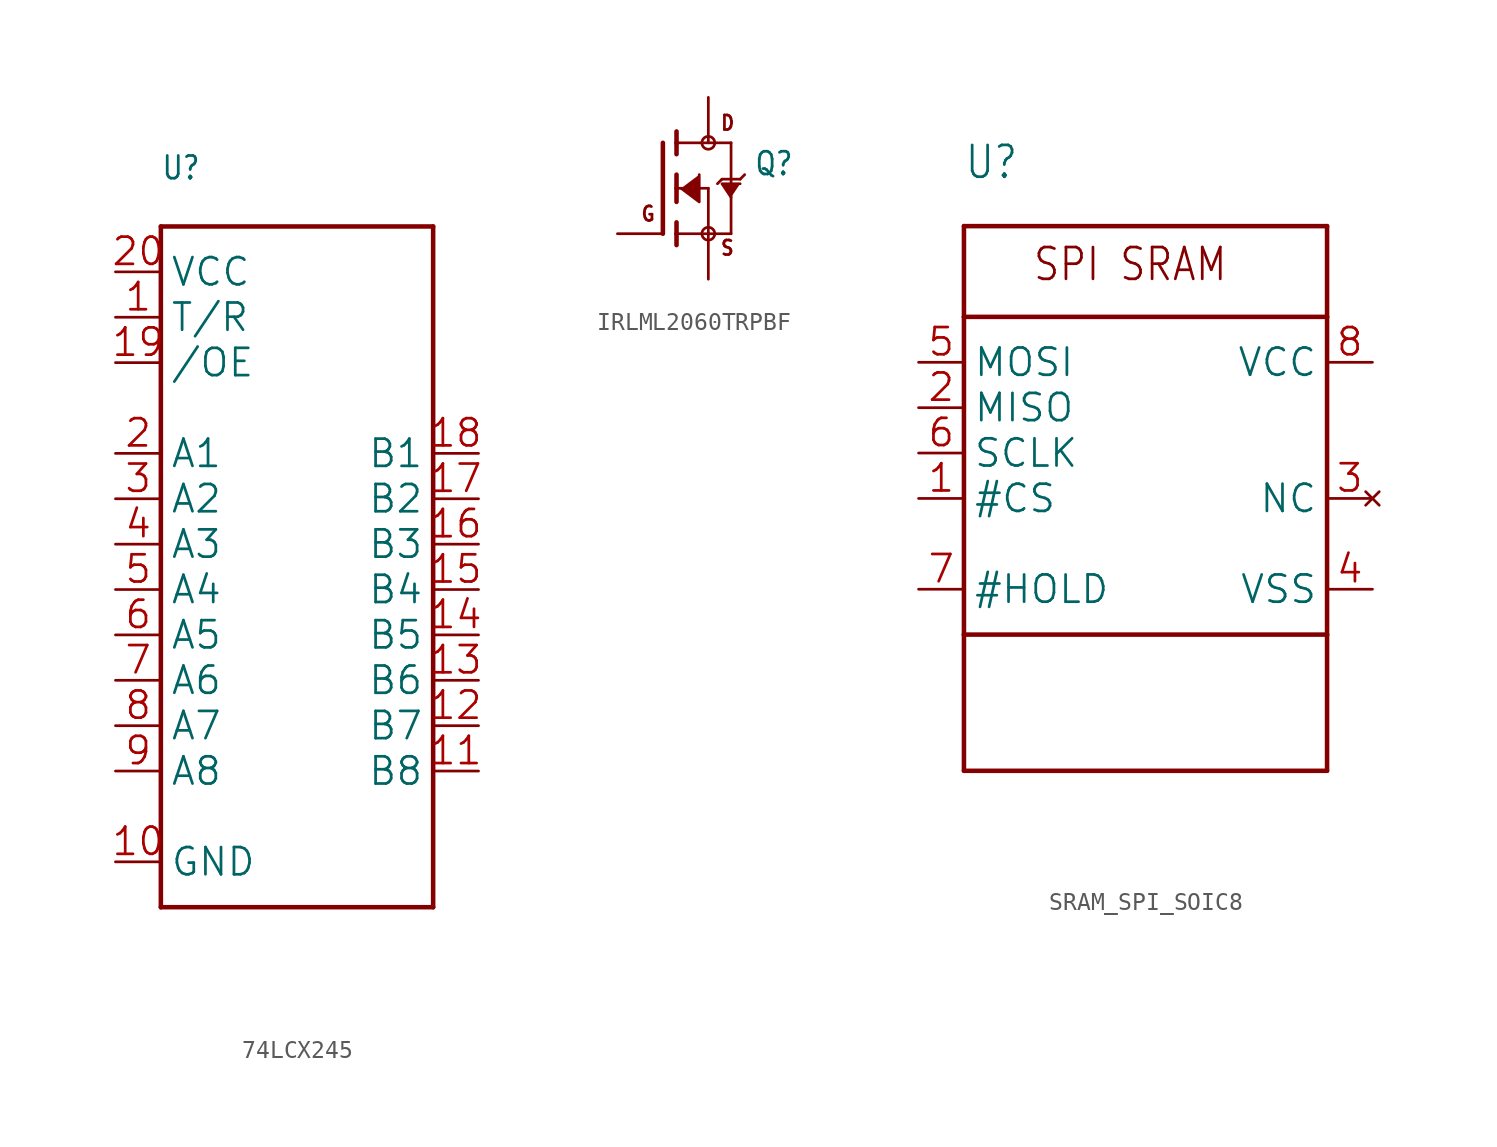
<source format=kicad_sym>
(kicad_symbol_lib
  (version 20241209)
  (generator "kicad_symbol_editor")
  (generator_version "9.0")
  (symbol "74LCX245"
    (property "Reference" "U"
      (at -7.62 22.86 0)
      (effects (font (size 1.27 1.079)) (justify left bottom)))
    (property "Value" ""
      (at -7.62 -20.32 0)
      (effects (font (size 1.27 1.079)) (justify left bottom)))
    (property "ki_locked" ""
      (at 0 0 0)
      (effects (font (size 1.27 1.27))))
    (symbol "74LCX245_1_0"
      (polyline (pts (xy -7.62 20.32) (xy 7.62 20.32)) (stroke (width 0.254) (type solid)) (fill (type none)))
      (polyline (pts (xy -7.62 -17.78) (xy -7.62 20.32)) (stroke (width 0.254) (type solid)) (fill (type none)))
      (polyline (pts (xy 7.62 20.32) (xy 7.62 -17.78)) (stroke (width 0.254) (type solid)) (fill (type none)))
      (polyline (pts (xy 7.62 -17.78) (xy -7.62 -17.78)) (stroke (width 0.254) (type solid)) (fill (type none)))
      (pin bidirectional line (at -10.16 17.78 0) (length 2.54) (name "VCC" (effects (font (size 1.524 1.524)))) (number "20" (effects (font (size 1.524 1.524)))))
      (pin bidirectional line (at -10.16 15.24 0) (length 2.54) (name "T/R" (effects (font (size 1.524 1.524)))) (number "1" (effects (font (size 1.524 1.524)))))
      (pin bidirectional line (at -10.16 12.7 0) (length 2.54) (name "/OE" (effects (font (size 1.524 1.524)))) (number "19" (effects (font (size 1.524 1.524)))))
      (pin bidirectional line (at -10.16 7.62 0) (length 2.54) (name "A1" (effects (font (size 1.524 1.524)))) (number "2" (effects (font (size 1.524 1.524)))))
      (pin bidirectional line (at -10.16 5.08 0) (length 2.54) (name "A2" (effects (font (size 1.524 1.524)))) (number "3" (effects (font (size 1.524 1.524)))))
      (pin bidirectional line (at -10.16 2.54 0) (length 2.54) (name "A3" (effects (font (size 1.524 1.524)))) (number "4" (effects (font (size 1.524 1.524)))))
      (pin bidirectional line (at -10.16 0 0) (length 2.54) (name "A4" (effects (font (size 1.524 1.524)))) (number "5" (effects (font (size 1.524 1.524)))))
      (pin bidirectional line (at -10.16 -2.54 0) (length 2.54) (name "A5" (effects (font (size 1.524 1.524)))) (number "6" (effects (font (size 1.524 1.524)))))
      (pin bidirectional line (at -10.16 -5.08 0) (length 2.54) (name "A6" (effects (font (size 1.524 1.524)))) (number "7" (effects (font (size 1.524 1.524)))))
      (pin bidirectional line (at -10.16 -7.62 0) (length 2.54) (name "A7" (effects (font (size 1.524 1.524)))) (number "8" (effects (font (size 1.524 1.524)))))
      (pin bidirectional line (at -10.16 -10.16 0) (length 2.54) (name "A8" (effects (font (size 1.524 1.524)))) (number "9" (effects (font (size 1.524 1.524)))))
      (pin bidirectional line (at -10.16 -15.24 0) (length 2.54) (name "GND" (effects (font (size 1.524 1.524)))) (number "10" (effects (font (size 1.524 1.524)))))
      (pin bidirectional line (at 10.16 7.62 180) (length 2.54) (name "B1" (effects (font (size 1.524 1.524)))) (number "18" (effects (font (size 1.524 1.524)))))
      (pin bidirectional line (at 10.16 5.08 180) (length 2.54) (name "B2" (effects (font (size 1.524 1.524)))) (number "17" (effects (font (size 1.524 1.524)))))
      (pin bidirectional line (at 10.16 2.54 180) (length 2.54) (name "B3" (effects (font (size 1.524 1.524)))) (number "16" (effects (font (size 1.524 1.524)))))
      (pin bidirectional line (at 10.16 0 180) (length 2.54) (name "B4" (effects (font (size 1.524 1.524)))) (number "15" (effects (font (size 1.524 1.524)))))
      (pin bidirectional line (at 10.16 -2.54 180) (length 2.54) (name "B5" (effects (font (size 1.524 1.524)))) (number "14" (effects (font (size 1.524 1.524)))))
      (pin bidirectional line (at 10.16 -5.08 180) (length 2.54) (name "B6" (effects (font (size 1.524 1.524)))) (number "13" (effects (font (size 1.524 1.524)))))
      (pin bidirectional line (at 10.16 -7.62 180) (length 2.54) (name "B7" (effects (font (size 1.524 1.524)))) (number "12" (effects (font (size 1.524 1.524)))))
      (pin bidirectional line (at 10.16 -10.16 180) (length 2.54) (name "B8" (effects (font (size 1.524 1.524)))) (number "11" (effects (font (size 1.524 1.524)))))))
  (symbol "IRLML2060TRPBF"
    (property "Reference" "Q"
      (at 5.08 0.635 0)
      (effects (font (size 1.27 1.079)) (justify left bottom)))
    (property "Value" ""
      (at 5.08 -1.27 0)
      (effects (font (size 1.27 1.079)) (justify left bottom)))
    (property "ki_locked" ""
      (at 0 0 0)
      (effects (font (size 1.27 1.27))))
    (symbol "IRLML2060TRPBF_1_0"
      (polyline (pts (xy 0 2.54) (xy 0 -2.54)) (stroke (width 0.254) (type solid)) (fill (type none)))
      (polyline (pts (xy 0.762 3.175) (xy 0.762 2.54)) (stroke (width 0.254) (type solid)) (fill (type none)))
      (polyline (pts (xy 0.762 2.54) (xy 0.762 1.905)) (stroke (width 0.254) (type solid)) (fill (type none)))
      (polyline (pts (xy 0.762 2.54) (xy 3.81 2.54)) (stroke (width 0.152) (type solid)) (fill (type none)))
      (polyline (pts (xy 0.762 0.762) (xy 0.762 0)) (stroke (width 0.254) (type solid)) (fill (type none)))
      (polyline (pts (xy 0.762 0) (xy 0.762 -0.762)) (stroke (width 0.254) (type solid)) (fill (type none)))
      (polyline (pts (xy 0.762 0) (xy 2.54 0)) (stroke (width 0.152) (type solid)) (fill (type none)))
      (polyline (pts (xy 0.762 -1.905) (xy 0.762 -2.54)) (stroke (width 0.254) (type solid)) (fill (type none)))
      (polyline (pts (xy 0.762 -2.54) (xy 0.762 -3.175)) (stroke (width 0.254) (type solid)) (fill (type none)))
      (polyline (pts (xy 1.016 0) (xy 2.032 -0.762) (xy 2.032 0.762)) (stroke (width 0.152) (type solid)) (fill (type outline)))
      (circle (center 2.54 2.54) (radius 0.359) (stroke (width 0) (type solid)) (fill (type none)))
      (polyline (pts (xy 2.54 0) (xy 2.54 -2.54)) (stroke (width 0.152) (type solid)) (fill (type none)))
      (polyline (pts (xy 2.54 -2.54) (xy 0.762 -2.54)) (stroke (width 0.152) (type solid)) (fill (type none)))
      (polyline (pts (xy 2.54 -2.54) (xy 3.81 -2.54)) (stroke (width 0.152) (type solid)) (fill (type none)))
      (circle (center 2.54 -2.54) (radius 0.359) (stroke (width 0) (type solid)) (fill (type none)))
      (polyline (pts (xy 3.302 0.508) (xy 3.048 0.254)) (stroke (width 0.152) (type solid)) (fill (type none)))
      (polyline (pts (xy 3.81 2.54) (xy 3.81 0.508)) (stroke (width 0.152) (type solid)) (fill (type none)))
      (polyline (pts (xy 3.81 0.508) (xy 3.302 0.508)) (stroke (width 0.152) (type solid)) (fill (type none)))
      (polyline (pts (xy 3.81 0.508) (xy 3.81 -2.54)) (stroke (width 0.152) (type solid)) (fill (type none)))
      (polyline (pts (xy 3.81 -0.508) (xy 3.302 0.254) (xy 4.318 0.254)) (stroke (width 0.152) (type solid)) (fill (type outline)))
      (polyline (pts (xy 4.318 0.508) (xy 3.81 0.508)) (stroke (width 0.152) (type solid)) (fill (type none)))
      (polyline (pts (xy 4.572 0.762) (xy 4.318 0.508)) (stroke (width 0.152) (type solid)) (fill (type none)))
      (text "G" (at -1.27 -1.905 0) (effects (font (size 0.813 0.691)) (justify left bottom)))
      (text "D" (at 3.175 3.175 0) (effects (font (size 0.813 0.691)) (justify left bottom)))
      (text "S" (at 3.175 -3.81 0) (effects (font (size 0.813 0.691)) (justify left bottom)))
      (pin bidirectional line (at -2.54 -2.54 0) (length 2.54) (name "G" (effects (font (size 0 0)))) (number "1" (effects (font (size 0 0)))))
      (pin bidirectional line (at 2.54 5.08 270) (length 2.54) (name "D" (effects (font (size 0 0)))) (number "3" (effects (font (size 0 0)))))
      (pin bidirectional line (at 2.54 -5.08 90) (length 2.54) (name "S" (effects (font (size 0 0)))) (number "2" (effects (font (size 0 0)))))))
  (symbol "SRAM_SPI_SOIC8"
    (property "Reference" "U"
      (at -10.16 17.78 0)
      (effects (font (size 1.778 1.511)) (justify left bottom)))
    (property "Value" ""
      (at -10.16 -17.78 0)
      (effects (font (size 1.778 1.511)) (justify left bottom)))
    (property "ki_locked" ""
      (at 0 0 0)
      (effects (font (size 1.27 1.27))))
    (symbol "SRAM_SPI_SOIC8_1_0"
      (polyline (pts (xy -10.16 15.24) (xy -10.16 10.16)) (stroke (width 0.254) (type solid)) (fill (type none)))
      (polyline (pts (xy -10.16 15.24) (xy 10.16 15.24)) (stroke (width 0.254) (type solid)) (fill (type none)))
      (polyline (pts (xy -10.16 10.16) (xy 10.16 10.16)) (stroke (width 0.254) (type solid)) (fill (type none)))
      (polyline (pts (xy -10.16 -7.62) (xy -10.16 10.16)) (stroke (width 0.254) (type solid)) (fill (type none)))
      (polyline (pts (xy -10.16 -7.62) (xy -10.16 -15.24)) (stroke (width 0.254) (type solid)) (fill (type none)))
      (polyline (pts (xy -10.16 -15.24) (xy 10.16 -15.24)) (stroke (width 0.254) (type solid)) (fill (type none)))
      (polyline (pts (xy 10.16 15.24) (xy 10.16 10.16)) (stroke (width 0.254) (type solid)) (fill (type none)))
      (polyline (pts (xy 10.16 10.16) (xy 10.16 -7.62)) (stroke (width 0.254) (type solid)) (fill (type none)))
      (polyline (pts (xy 10.16 -7.62) (xy -10.16 -7.62)) (stroke (width 0.254) (type solid)) (fill (type none)))
      (polyline (pts (xy 10.16 -7.62) (xy 10.16 -15.24)) (stroke (width 0.254) (type solid)) (fill (type none)))
      (text "SPI SRAM" (at -6.35 12.065 0) (effects (font (size 1.778 1.511)) (justify left bottom)))
      (pin input line (at -12.7 7.62 0) (length 2.54) (name "MOSI" (effects (font (size 1.524 1.524)))) (number "5" (effects (font (size 1.524 1.524)))))
      (pin output line (at -12.7 5.08 0) (length 2.54) (name "MISO" (effects (font (size 1.524 1.524)))) (number "2" (effects (font (size 1.524 1.524)))))
      (pin input line (at -12.7 2.54 0) (length 2.54) (name "SCLK" (effects (font (size 1.524 1.524)))) (number "6" (effects (font (size 1.524 1.524)))))
      (pin input line (at -12.7 0 0) (length 2.54) (name "#CS" (effects (font (size 1.524 1.524)))) (number "1" (effects (font (size 1.524 1.524)))))
      (pin input line (at -12.7 -5.08 0) (length 2.54) (name "#HOLD" (effects (font (size 1.524 1.524)))) (number "7" (effects (font (size 1.524 1.524)))))
      (pin power_in line (at 12.7 7.62 180) (length 2.54) (name "VCC" (effects (font (size 1.524 1.524)))) (number "8" (effects (font (size 1.524 1.524)))))
      (pin no_connect line (at 12.7 0 180) (length 2.54) (name "NC" (effects (font (size 1.524 1.524)))) (number "3" (effects (font (size 1.524 1.524)))))
      (pin power_in line (at 12.7 -5.08 180) (length 2.54) (name "VSS" (effects (font (size 1.524 1.524)))) (number "4" (effects (font (size 1.524 1.524))))))))
</source>
